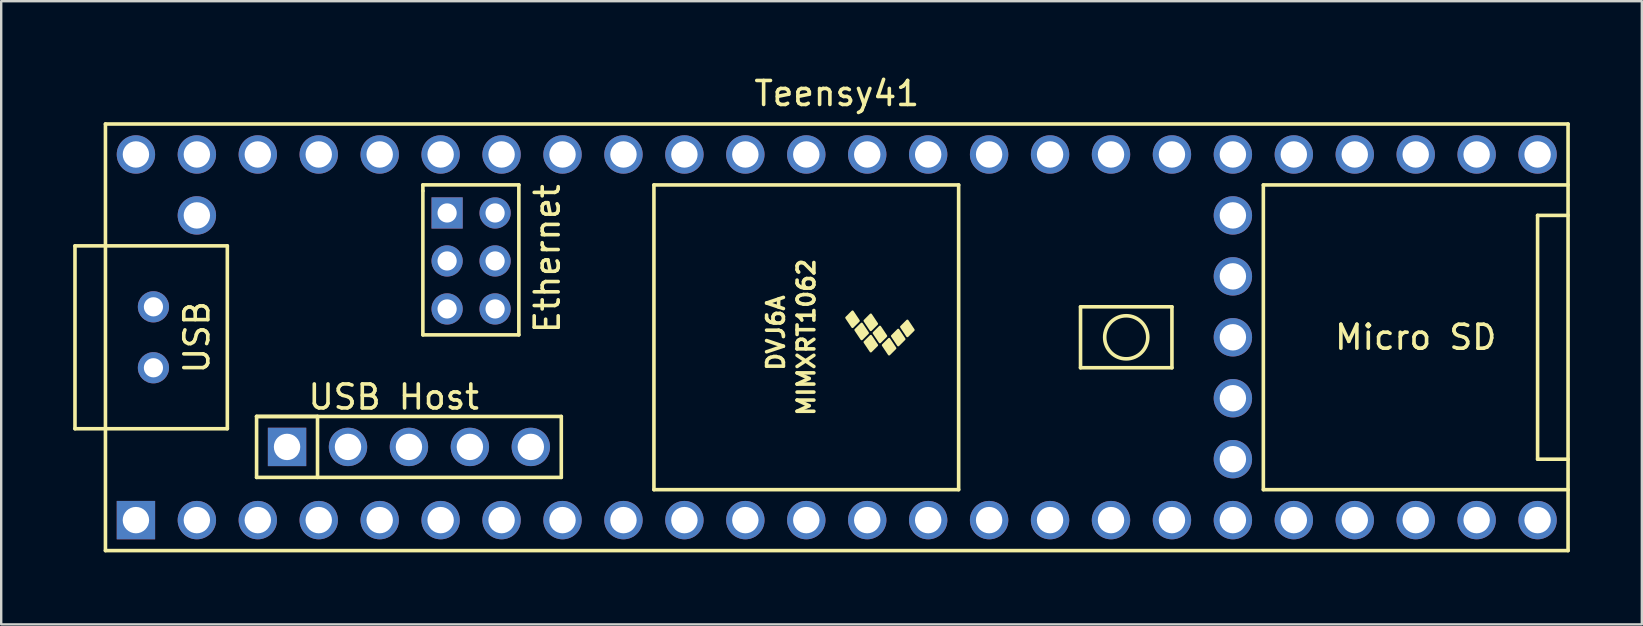
<source format=kicad_pcb>
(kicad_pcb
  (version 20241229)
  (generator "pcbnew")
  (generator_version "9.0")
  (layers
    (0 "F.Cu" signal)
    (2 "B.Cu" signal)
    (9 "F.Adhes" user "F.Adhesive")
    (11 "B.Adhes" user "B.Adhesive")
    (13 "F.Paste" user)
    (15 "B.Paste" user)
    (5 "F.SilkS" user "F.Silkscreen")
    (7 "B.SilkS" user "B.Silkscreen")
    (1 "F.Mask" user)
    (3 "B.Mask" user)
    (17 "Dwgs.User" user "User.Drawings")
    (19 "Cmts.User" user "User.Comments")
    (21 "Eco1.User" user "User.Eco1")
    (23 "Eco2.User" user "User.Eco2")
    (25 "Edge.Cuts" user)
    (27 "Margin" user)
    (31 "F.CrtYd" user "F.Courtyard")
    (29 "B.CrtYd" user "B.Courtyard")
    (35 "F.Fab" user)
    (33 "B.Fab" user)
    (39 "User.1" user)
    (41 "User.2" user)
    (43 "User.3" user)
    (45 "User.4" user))
  (footprint "Teensy41"
    (layer "F.Cu")
    (at 31.825 11.008)
    (property "Reference" "Teensy41" (at 0 -10.16 0) (layer "F.SilkS") (effects (font (size 1 1) (thickness 0.15))))
    (attr through_hole)
    (fp_line (start -31.75 -3.81) (end -30.48 -3.81) (stroke (width 0.15) (type solid)) (layer "F.SilkS"))
    (fp_line (start -31.75 3.81) (end -31.75 -3.81) (stroke (width 0.15) (type solid)) (layer "F.SilkS"))
    (fp_line (start -30.48 -8.89) (end 30.48 -8.89) (stroke (width 0.15) (type solid)) (layer "F.SilkS"))
    (fp_line (start -30.48 3.81) (end -31.75 3.81) (stroke (width 0.15) (type solid)) (layer "F.SilkS"))
    (fp_line (start -30.48 8.89) (end -30.48 -8.89) (stroke (width 0.15) (type solid)) (layer "F.SilkS"))
    (fp_line (start -25.4 -3.81) (end -30.48 -3.81) (stroke (width 0.15) (type solid)) (layer "F.SilkS"))
    (fp_line (start -25.4 3.81) (end -30.48 3.81) (stroke (width 0.15) (type solid)) (layer "F.SilkS"))
    (fp_line (start -25.4 3.81) (end -25.4 -3.81) (stroke (width 0.15) (type solid)) (layer "F.SilkS"))
    (fp_line (start -24.181 3.299) (end -21.641 3.299) (stroke (width 0.15) (type solid)) (layer "F.SilkS"))
    (fp_line (start -24.181 3.299) (end -11.481 3.299) (stroke (width 0.15) (type solid)) (layer "F.SilkS"))
    (fp_line (start -24.181 5.839) (end -24.181 3.299) (stroke (width 0.15) (type solid)) (layer "F.SilkS"))
    (fp_line (start -21.641 3.299) (end -21.641 5.839) (stroke (width 0.15) (type solid)) (layer "F.SilkS"))
    (fp_line (start -17.25 -6.352) (end -17.25 -6.102) (stroke (width 0.15) (type solid)) (layer "F.SilkS"))
    (fp_line (start -17.25 -6.102) (end -17.25 -0.102) (stroke (width 0.15) (type solid)) (layer "F.SilkS"))
    (fp_line (start -17.25 -0.102) (end -13.25 -0.102) (stroke (width 0.15) (type solid)) (layer "F.SilkS"))
    (fp_line (start -13.25 -6.352) (end -17.25 -6.352) (stroke (width 0.15) (type solid)) (layer "F.SilkS"))
    (fp_line (start -13.25 -0.102) (end -13.25 -6.352) (stroke (width 0.15) (type solid)) (layer "F.SilkS"))
    (fp_line (start -11.481 3.299) (end -11.481 5.839) (stroke (width 0.15) (type solid)) (layer "F.SilkS"))
    (fp_line (start -11.481 5.839) (end -24.181 5.839) (stroke (width 0.15) (type solid)) (layer "F.SilkS"))
    (fp_line (start -7.62 -6.35) (end -7.62 6.35) (stroke (width 0.15) (type solid)) (layer "F.SilkS"))
    (fp_line (start -7.62 6.35) (end 5.08 6.35) (stroke (width 0.15) (type solid)) (layer "F.SilkS"))
    (fp_line (start 5.08 -6.35) (end -7.62 -6.35) (stroke (width 0.15) (type solid)) (layer "F.SilkS"))
    (fp_line (start 5.08 6.35) (end 5.08 -6.35) (stroke (width 0.15) (type solid)) (layer "F.SilkS"))
    (fp_line (start 10.16 -1.27) (end 13.97 -1.27) (stroke (width 0.15) (type solid)) (layer "F.SilkS"))
    (fp_line (start 10.16 1.27) (end 10.16 -1.27) (stroke (width 0.15) (type solid)) (layer "F.SilkS"))
    (fp_line (start 13.97 -1.27) (end 13.97 1.27) (stroke (width 0.15) (type solid)) (layer "F.SilkS"))
    (fp_line (start 13.97 1.27) (end 10.16 1.27) (stroke (width 0.15) (type solid)) (layer "F.SilkS"))
    (fp_line (start 17.78 -6.35) (end 17.78 6.35) (stroke (width 0.15) (type solid)) (layer "F.SilkS"))
    (fp_line (start 17.78 6.35) (end 30.48 6.35) (stroke (width 0.15) (type solid)) (layer "F.SilkS"))
    (fp_line (start 29.21 -5.08) (end 29.21 5.08) (stroke (width 0.15) (type solid)) (layer "F.SilkS"))
    (fp_line (start 29.21 5.08) (end 30.48 5.08) (stroke (width 0.15) (type solid)) (layer "F.SilkS"))
    (fp_line (start 30.48 -8.89) (end 30.48 8.89) (stroke (width 0.15) (type solid)) (layer "F.SilkS"))
    (fp_line (start 30.48 -6.35) (end 17.78 -6.35) (stroke (width 0.15) (type solid)) (layer "F.SilkS"))
    (fp_line (start 30.48 -5.08) (end 29.21 -5.08) (stroke (width 0.15) (type solid)) (layer "F.SilkS"))
    (fp_line (start 30.48 8.89) (end -30.48 8.89) (stroke (width 0.15) (type solid)) (layer "F.SilkS"))
    (fp_circle (center 12.065 0) (end 12.7 -0.635) (stroke (width 0.15) (type solid)) (fill no) (layer "F.SilkS"))
    (fp_poly (pts (xy 0.911 -0.688) (xy 0.657 -0.434) (xy 0.403 -0.815) (xy 0.657 -1.069)) (stroke (width 0.1) (type solid)) (fill yes) (layer "F.SilkS"))
    (fp_poly (pts (xy 1.292 -0.18) (xy 1.038 0.074) (xy 0.784 -0.307) (xy 1.038 -0.561)) (stroke (width 0.1) (type solid)) (fill yes) (layer "F.SilkS"))
    (fp_poly (pts (xy 1.673 -0.561) (xy 1.419 -0.307) (xy 1.165 -0.688) (xy 1.419 -0.942)) (stroke (width 0.1) (type solid)) (fill yes) (layer "F.SilkS"))
    (fp_poly (pts (xy 1.673 0.328) (xy 1.419 0.582) (xy 1.165 0.201) (xy 1.419 -0.053)) (stroke (width 0.1) (type solid)) (fill yes) (layer "F.SilkS"))
    (fp_poly (pts (xy 2.054 -0.053) (xy 1.8 0.201) (xy 1.546 -0.18) (xy 1.8 -0.434)) (stroke (width 0.1) (type solid)) (fill yes) (layer "F.SilkS"))
    (fp_poly (pts (xy 2.435 0.455) (xy 2.181 0.709) (xy 1.927 0.328) (xy 2.181 0.074)) (stroke (width 0.1) (type solid)) (fill yes) (layer "F.SilkS"))
    (fp_poly (pts (xy 2.816 0.074) (xy 2.562 0.328) (xy 2.308 -0.053) (xy 2.562 -0.307)) (stroke (width 0.1) (type solid)) (fill yes) (layer "F.SilkS"))
    (fp_poly (pts (xy 3.197 -0.307) (xy 2.943 -0.053) (xy 2.689 -0.434) (xy 2.943 -0.688)) (stroke (width 0.1) (type solid)) (fill yes) (layer "F.SilkS"))
    (fp_text user "USB Host" (at -18.466 2.489 0) (layer "F.SilkS") (effects (font (size 1 1) (thickness 0.15))))
    (fp_text user "Ethernet" (at -12.065 -3.277 90) (layer "F.SilkS") (effects (font (size 1 1) (thickness 0.15))))
    (fp_text user "MIMXRT1062" (at -1.27 0 270) (layer "F.SilkS") (effects (font (size 0.7 0.7) (thickness 0.15))))
    (fp_text user "Micro SD" (at 24.13 0 0) (layer "F.SilkS") (effects (font (size 1 1) (thickness 0.15))))
    (fp_text user "DVJ6A" (at -2.54 -0.18 270) (layer "F.SilkS") (effects (font (size 0.7 0.7) (thickness 0.15))))
    (fp_text user "USB" (at -26.67 0 270) (layer "F.SilkS") (effects (font (size 1 1) (thickness 0.15))))
    (pad "1" thru_hole rect (at -29.21 7.62) (size 1.6 1.6) (drill 1.1) (layers "*.Cu" "*.Mask"))
    (pad "2" thru_hole circle (at -26.67 7.62) (size 1.6 1.6) (drill 1.1) (layers "*.Cu" "*.Mask"))
    (pad "3" thru_hole circle (at -24.13 7.62) (size 1.6 1.6) (drill 1.1) (layers "*.Cu" "*.Mask"))
    (pad "4" thru_hole circle (at -21.59 7.62) (size 1.6 1.6) (drill 1.1) (layers "*.Cu" "*.Mask"))
    (pad "5" thru_hole circle (at -19.05 7.62) (size 1.6 1.6) (drill 1.1) (layers "*.Cu" "*.Mask"))
    (pad "6" thru_hole circle (at -16.51 7.62) (size 1.6 1.6) (drill 1.1) (layers "*.Cu" "*.Mask"))
    (pad "7" thru_hole circle (at -13.97 7.62) (size 1.6 1.6) (drill 1.1) (layers "*.Cu" "*.Mask"))
    (pad "8" thru_hole circle (at -11.43 7.62) (size 1.6 1.6) (drill 1.1) (layers "*.Cu" "*.Mask"))
    (pad "9" thru_hole circle (at -8.89 7.62) (size 1.6 1.6) (drill 1.1) (layers "*.Cu" "*.Mask"))
    (pad "10" thru_hole circle (at -6.35 7.62) (size 1.6 1.6) (drill 1.1) (layers "*.Cu" "*.Mask"))
    (pad "11" thru_hole circle (at -3.81 7.62) (size 1.6 1.6) (drill 1.1) (layers "*.Cu" "*.Mask"))
    (pad "12" thru_hole circle (at -1.27 7.62) (size 1.6 1.6) (drill 1.1) (layers "*.Cu" "*.Mask"))
    (pad "13" thru_hole circle (at 1.27 7.62) (size 1.6 1.6) (drill 1.1) (layers "*.Cu" "*.Mask"))
    (pad "14" thru_hole circle (at 3.81 7.62) (size 1.6 1.6) (drill 1.1) (layers "*.Cu" "*.Mask"))
    (pad "15" thru_hole circle (at 6.35 7.62) (size 1.6 1.6) (drill 1.1) (layers "*.Cu" "*.Mask"))
    (pad "16" thru_hole circle (at 8.89 7.62) (size 1.6 1.6) (drill 1.1) (layers "*.Cu" "*.Mask"))
    (pad "17" thru_hole circle (at 11.43 7.62) (size 1.6 1.6) (drill 1.1) (layers "*.Cu" "*.Mask"))
    (pad "18" thru_hole circle (at 13.97 7.62) (size 1.6 1.6) (drill 1.1) (layers "*.Cu" "*.Mask"))
    (pad "19" thru_hole circle (at 16.51 7.62) (size 1.6 1.6) (drill 1.1) (layers "*.Cu" "*.Mask"))
    (pad "20" thru_hole circle (at 19.05 7.62) (size 1.6 1.6) (drill 1.1) (layers "*.Cu" "*.Mask"))
    (pad "21" thru_hole circle (at 21.59 7.62) (size 1.6 1.6) (drill 1.1) (layers "*.Cu" "*.Mask"))
    (pad "22" thru_hole circle (at 24.13 7.62) (size 1.6 1.6) (drill 1.1) (layers "*.Cu" "*.Mask"))
    (pad "23" thru_hole circle (at 26.67 7.62) (size 1.6 1.6) (drill 1.1) (layers "*.Cu" "*.Mask"))
    (pad "24" thru_hole circle (at 29.21 7.62) (size 1.6 1.6) (drill 1.1) (layers "*.Cu" "*.Mask"))
    (pad "25" thru_hole circle (at 29.21 -7.62) (size 1.6 1.6) (drill 1.1) (layers "*.Cu" "*.Mask"))
    (pad "26" thru_hole circle (at 26.67 -7.62) (size 1.6 1.6) (drill 1.1) (layers "*.Cu" "*.Mask"))
    (pad "27" thru_hole circle (at 24.13 -7.62) (size 1.6 1.6) (drill 1.1) (layers "*.Cu" "*.Mask"))
    (pad "28" thru_hole circle (at 21.59 -7.62) (size 1.6 1.6) (drill 1.1) (layers "*.Cu" "*.Mask"))
    (pad "29" thru_hole circle (at 19.05 -7.62) (size 1.6 1.6) (drill 1.1) (layers "*.Cu" "*.Mask"))
    (pad "30" thru_hole circle (at 16.51 -7.62) (size 1.6 1.6) (drill 1.1) (layers "*.Cu" "*.Mask"))
    (pad "31" thru_hole circle (at 13.97 -7.62) (size 1.6 1.6) (drill 1.1) (layers "*.Cu" "*.Mask"))
    (pad "32" thru_hole circle (at 11.43 -7.62) (size 1.6 1.6) (drill 1.1) (layers "*.Cu" "*.Mask"))
    (pad "33" thru_hole circle (at 8.89 -7.62) (size 1.6 1.6) (drill 1.1) (layers "*.Cu" "*.Mask"))
    (pad "34" thru_hole circle (at 6.35 -7.62) (size 1.6 1.6) (drill 1.1) (layers "*.Cu" "*.Mask"))
    (pad "35" thru_hole circle (at 3.81 -7.62) (size 1.6 1.6) (drill 1.1) (layers "*.Cu" "*.Mask"))
    (pad "36" thru_hole circle (at 1.27 -7.62) (size 1.6 1.6) (drill 1.1) (layers "*.Cu" "*.Mask"))
    (pad "37" thru_hole circle (at -1.27 -7.62) (size 1.6 1.6) (drill 1.1) (layers "*.Cu" "*.Mask"))
    (pad "38" thru_hole circle (at -3.81 -7.62) (size 1.6 1.6) (drill 1.1) (layers "*.Cu" "*.Mask"))
    (pad "39" thru_hole circle (at -6.35 -7.62) (size 1.6 1.6) (drill 1.1) (layers "*.Cu" "*.Mask"))
    (pad "40" thru_hole circle (at -8.89 -7.62) (size 1.6 1.6) (drill 1.1) (layers "*.Cu" "*.Mask"))
    (pad "41" thru_hole circle (at -11.43 -7.62) (size 1.6 1.6) (drill 1.1) (layers "*.Cu" "*.Mask"))
    (pad "42" thru_hole circle (at -13.97 -7.62) (size 1.6 1.6) (drill 1.1) (layers "*.Cu" "*.Mask"))
    (pad "43" thru_hole circle (at -16.51 -7.62) (size 1.6 1.6) (drill 1.1) (layers "*.Cu" "*.Mask"))
    (pad "44" thru_hole circle (at -19.05 -7.62) (size 1.6 1.6) (drill 1.1) (layers "*.Cu" "*.Mask"))
    (pad "45" thru_hole circle (at -21.59 -7.62) (size 1.6 1.6) (drill 1.1) (layers "*.Cu" "*.Mask"))
    (pad "46" thru_hole circle (at -24.13 -7.62) (size 1.6 1.6) (drill 1.1) (layers "*.Cu" "*.Mask"))
    (pad "47" thru_hole circle (at -26.67 -7.62) (size 1.6 1.6) (drill 1.1) (layers "*.Cu" "*.Mask"))
    (pad "48" thru_hole circle (at -29.21 -7.62) (size 1.6 1.6) (drill 1.1) (layers "*.Cu" "*.Mask"))
    (pad "49" thru_hole circle (at -26.67 -5.08) (size 1.6 1.6) (drill 1.1) (layers "*.Cu" "*.Mask"))
    (pad "50" thru_hole circle (at 16.51 5.08) (size 1.6 1.6) (drill 1.1) (layers "*.Cu" "*.Mask"))
    (pad "51" thru_hole circle (at 16.51 2.54) (size 1.6 1.6) (drill 1.1) (layers "*.Cu" "*.Mask"))
    (pad "52" thru_hole circle (at 16.51 0) (size 1.6 1.6) (drill 1.1) (layers "*.Cu" "*.Mask"))
    (pad "53" thru_hole circle (at 16.51 -2.54) (size 1.6 1.6) (drill 1.1) (layers "*.Cu" "*.Mask"))
    (pad "54" thru_hole circle (at 16.51 -5.08) (size 1.6 1.6) (drill 1.1) (layers "*.Cu" "*.Mask"))
    (pad "55" thru_hole rect (at -22.911 4.569) (size 1.6 1.6) (drill 1.1) (layers "*.Cu" "*.Mask"))
    (pad "56" thru_hole circle (at -20.371 4.569) (size 1.6 1.6) (drill 1.1) (layers "*.Cu" "*.Mask"))
    (pad "57" thru_hole circle (at -17.831 4.569) (size 1.6 1.6) (drill 1.1) (layers "*.Cu" "*.Mask"))
    (pad "58" thru_hole circle (at -15.291 4.569) (size 1.6 1.6) (drill 1.1) (layers "*.Cu" "*.Mask"))
    (pad "59" thru_hole circle (at -12.751 4.569) (size 1.6 1.6) (drill 1.1) (layers "*.Cu" "*.Mask"))
    (pad "60" thru_hole rect (at -16.24 -5.182) (size 1.3 1.3) (drill 0.8) (layers "*.Cu" "*.Mask"))
    (pad "61" thru_hole circle (at -16.24 -3.182) (size 1.3 1.3) (drill 0.8) (layers "*.Cu" "*.Mask"))
    (pad "62" thru_hole circle (at -16.24 -1.182) (size 1.3 1.3) (drill 0.8) (layers "*.Cu" "*.Mask"))
    (pad "63" thru_hole circle (at -14.24 -1.182) (size 1.3 1.3) (drill 0.8) (layers "*.Cu" "*.Mask"))
    (pad "64" thru_hole circle (at -14.24 -3.182) (size 1.3 1.3) (drill 0.8) (layers "*.Cu" "*.Mask"))
    (pad "65" thru_hole circle (at -14.24 -5.182) (size 1.3 1.3) (drill 0.8) (layers "*.Cu" "*.Mask"))
    (pad "66" thru_hole circle (at -28.48 -1.27) (size 1.3 1.3) (drill 0.8) (layers "*.Cu" "*.Mask"))
    (pad "67" thru_hole circle (at -28.48 1.27) (size 1.3 1.3) (drill 0.8) (layers "*.Cu" "*.Mask")))
  (gr_rect
    (start -3 -3)
    (end 65.38 22.973)
    (stroke (width 0.1) (type default))
    (fill no)
    (layer "Edge.Cuts")))
</source>
